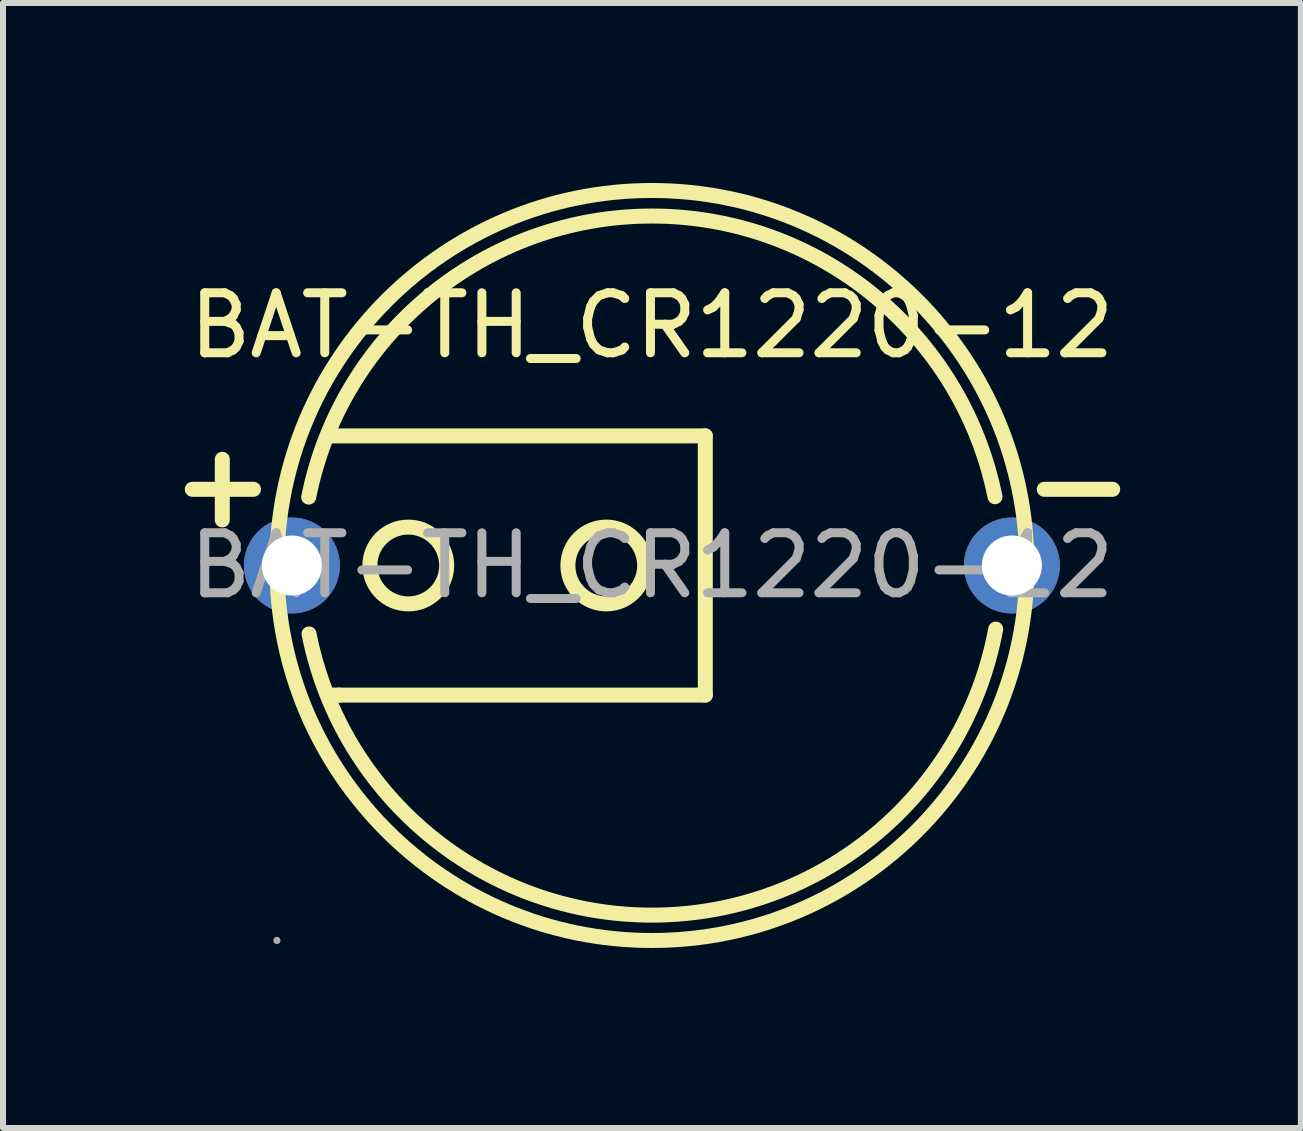
<source format=kicad_pcb>
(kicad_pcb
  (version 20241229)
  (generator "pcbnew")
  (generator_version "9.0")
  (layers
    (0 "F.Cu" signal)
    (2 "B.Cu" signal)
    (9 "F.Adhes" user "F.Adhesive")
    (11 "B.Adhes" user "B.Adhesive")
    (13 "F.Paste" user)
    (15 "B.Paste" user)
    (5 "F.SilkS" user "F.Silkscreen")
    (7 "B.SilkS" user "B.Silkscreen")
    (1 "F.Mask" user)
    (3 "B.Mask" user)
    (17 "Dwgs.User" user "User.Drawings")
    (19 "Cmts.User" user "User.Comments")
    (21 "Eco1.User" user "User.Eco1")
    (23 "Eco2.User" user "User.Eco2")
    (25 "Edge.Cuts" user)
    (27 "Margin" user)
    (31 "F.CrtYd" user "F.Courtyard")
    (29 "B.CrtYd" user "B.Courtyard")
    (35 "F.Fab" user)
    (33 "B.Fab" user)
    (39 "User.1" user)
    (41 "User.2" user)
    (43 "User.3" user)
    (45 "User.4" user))
  (footprint "BAT-TH_CR1220-12"
    (layer "F.Cu")
    (at 7.815 6.375)
    (property "Reference" "BAT-TH_CR1220-12" (at 0 -4 0) (layer "F.SilkS") (effects (font (size 1 1) (thickness 0.15))))
    (attr through_hole)
    (fp_line (start -7.66 -1.27) (end -6.64 -1.27) (stroke (width 0.25) (type solid)) (layer "F.SilkS"))
    (fp_line (start -7.16 -0.76) (end -7.16 -1.77) (stroke (width 0.25) (type solid)) (layer "F.SilkS"))
    (fp_line (start -5.33 -2.16) (end 0.89 -2.16) (stroke (width 0.25) (type solid)) (layer "F.SilkS"))
    (fp_line (start -5.21 2.16) (end -5.33 2.16) (stroke (width 0.25) (type solid)) (layer "F.SilkS"))
    (fp_line (start 0.89 -2.16) (end 0.89 2.16) (stroke (width 0.25) (type solid)) (layer "F.SilkS"))
    (fp_line (start 0.89 2.16) (end -5.21 2.16) (stroke (width 0.25) (type solid)) (layer "F.SilkS"))
    (fp_line (start 6.54 -1.27) (end 7.68 -1.27) (stroke (width 0.25) (type solid)) (layer "F.SilkS"))
    (fp_arc (start -5.72 -1.14) (mid -0.003288 -5.824457) (end 5.7187 -1.146447) (stroke (width 0.25) (type solid)) (layer "F.SilkS"))
    (fp_arc (start 5.73 1.06) (mid 0.041115 5.827076) (end -5.714472 1.140751) (stroke (width 0.25) (type solid)) (layer "F.SilkS"))
    (fp_circle (center -4.06 0) (end -3.42 0) (stroke (width 0.25) (type solid)) (fill no) (layer "F.SilkS"))
    (fp_circle (center -0.76 0) (end -0.12 0) (stroke (width 0.25) (type solid)) (fill no) (layer "F.SilkS"))
    (fp_circle (center 0 0) (end 6.25 0) (stroke (width 0.25) (type solid)) (fill no) (layer "F.SilkS"))
    (fp_circle (center -6.25 6.25) (end -6.22 6.25) (stroke (width 0.06) (type solid)) (fill no) (layer "F.Fab"))
    (fp_text user "${REFERENCE}" (at 0 0 0) (layer "F.Fab") (effects (font (size 1 1) (thickness 0.15))))
    (pad "1" thru_hole circle (at -6 0) (size 1.6 1.6) (drill 1) (layers "*.Cu" "*.Paste" "*.Mask"))
    (pad "2" thru_hole circle (at 6 0) (size 1.6 1.6) (drill 1) (layers "*.Cu" "*.Paste" "*.Mask")))
  (gr_rect
    (start -3 -3)
    (end 18.631 15.75)
    (stroke (width 0.1) (type default))
    (fill no)
    (layer "Edge.Cuts")))
</source>
